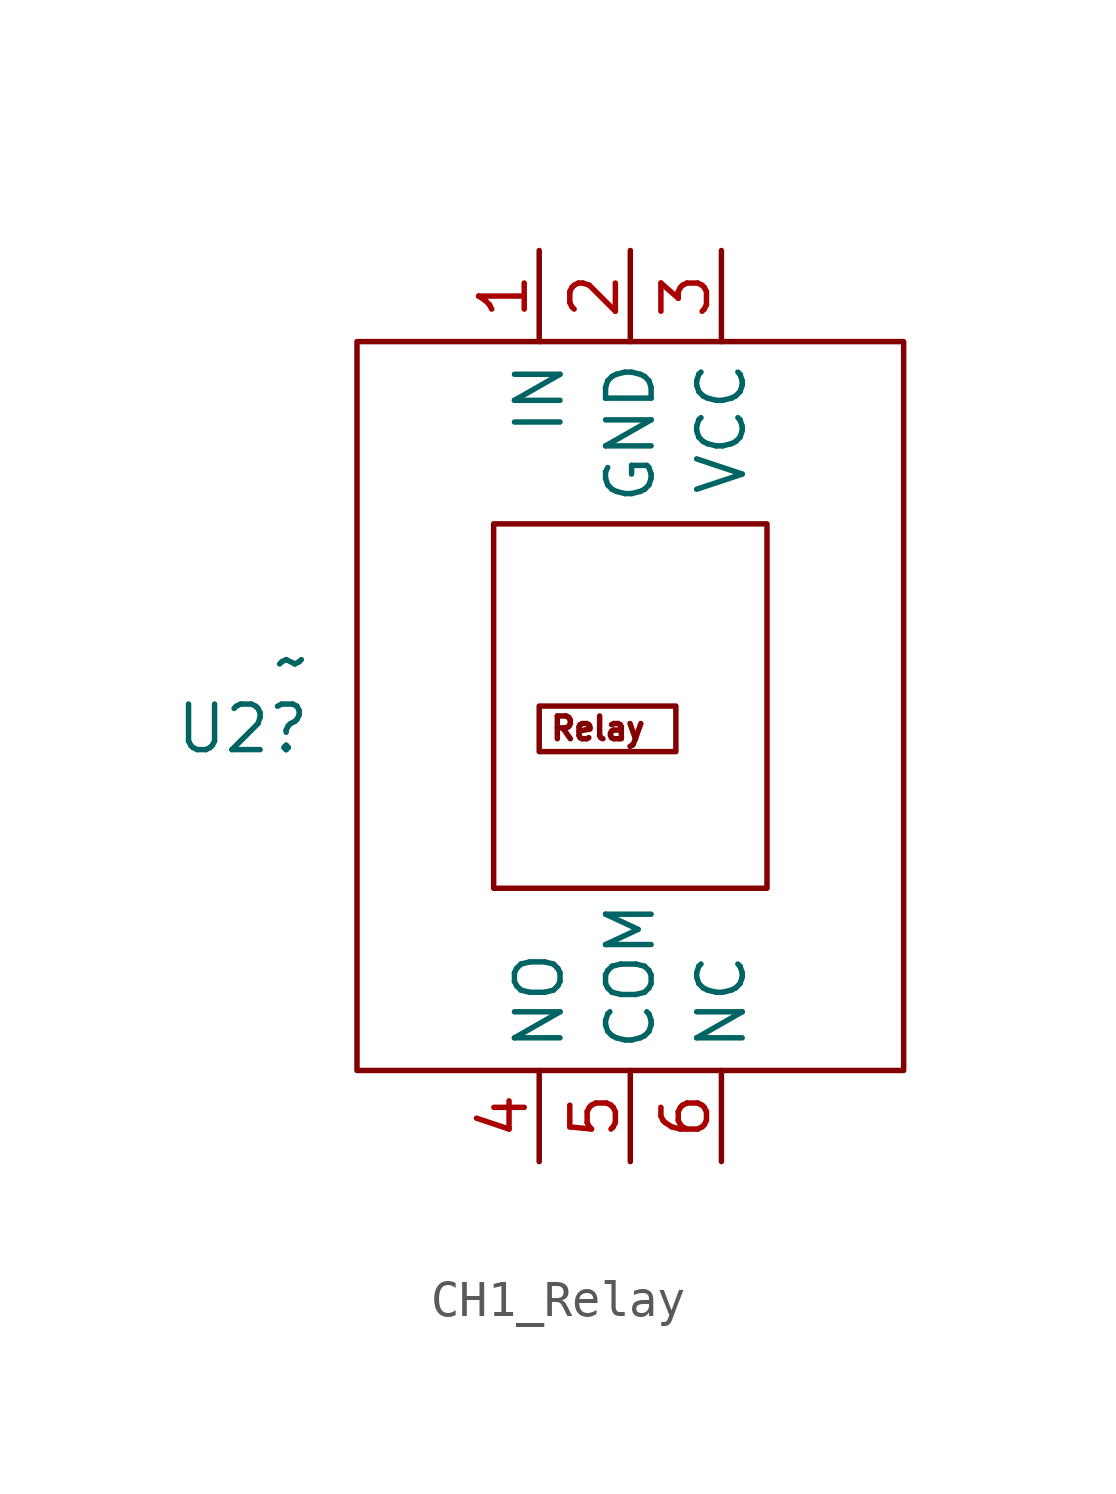
<source format=kicad_sym>
(kicad_symbol_lib
  (version 20241209)
  (generator "kicad_symbol_editor")
  (generator_version "9.0")
  (symbol "CH1_Relay"
    (property "Reference" "U2"
      (at -8.89 -1.905 0)
      (effects (font (size 1.27 1.27)) (justify right)))
    (property "Value" "~"
      (at -8.89 0 0)
      (effects (font (size 1.27 1.27)) (justify right)))
    (symbol "CH1_Relay_0_1"
      (rectangle (start -7.62 8.89) (end 7.62 -11.43) (stroke (width 0) (type default)) (fill (type none)))
      (rectangle (start -3.81 3.81) (end 3.81 -6.35) (stroke (width 0) (type default)) (fill (type none))))
    (symbol "CH1_Relay_1_1"
      (text_box "Relay\n" (at -2.54 -1.27 0) (size 3.81 -1.27) (margins 0.254 0.254 0.254 1.016) (stroke (width 0) (type solid)) (fill (type none)) (effects (font (size 0.635 0.635)) (justify left top)))
      (pin bidirectional line (at -2.54 11.43 270) (length 2.54) (name "IN" (effects (font (size 1.27 1.27)))) (number "1" (effects (font (size 1.27 1.27)))))
      (pin bidirectional line (at -2.54 -13.97 90) (length 2.54) (name "NO" (effects (font (size 1.27 1.27)))) (number "4" (effects (font (size 1.27 1.27)))))
      (pin power_in line (at 0 11.43 270) (length 2.54) (name "GND" (effects (font (size 1.27 1.27)))) (number "2" (effects (font (size 1.27 1.27)))))
      (pin bidirectional line (at 0 -13.97 90) (length 2.54) (name "COM" (effects (font (size 1.27 1.27)))) (number "5" (effects (font (size 1.27 1.27)))))
      (pin power_in line (at 2.54 11.43 270) (length 2.54) (name "VCC" (effects (font (size 1.27 1.27)))) (number "3" (effects (font (size 1.27 1.27)))))
      (pin bidirectional line (at 2.54 -13.97 90) (length 2.54) (name "NC" (effects (font (size 1.27 1.27)))) (number "6" (effects (font (size 1.27 1.27))))))))
</source>
